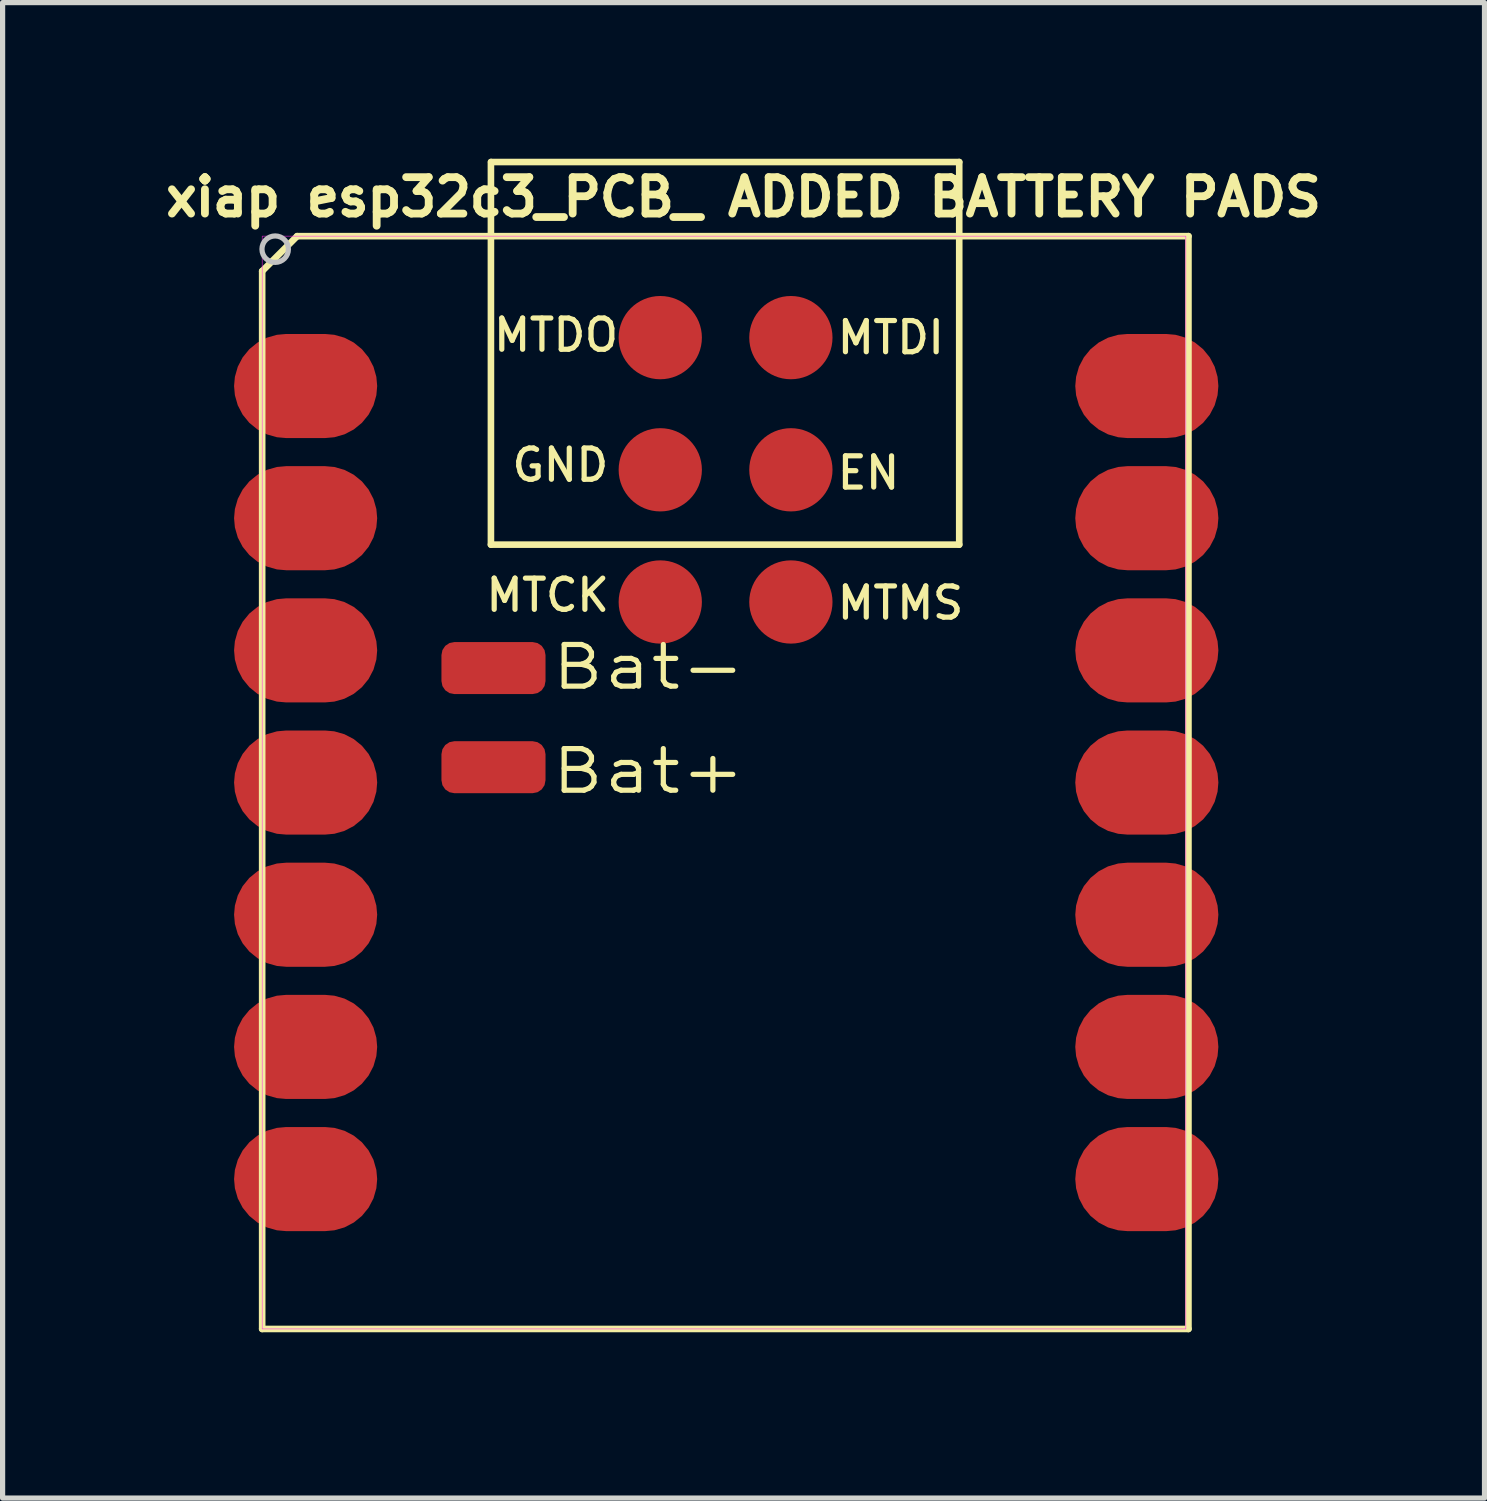
<source format=kicad_pcb>
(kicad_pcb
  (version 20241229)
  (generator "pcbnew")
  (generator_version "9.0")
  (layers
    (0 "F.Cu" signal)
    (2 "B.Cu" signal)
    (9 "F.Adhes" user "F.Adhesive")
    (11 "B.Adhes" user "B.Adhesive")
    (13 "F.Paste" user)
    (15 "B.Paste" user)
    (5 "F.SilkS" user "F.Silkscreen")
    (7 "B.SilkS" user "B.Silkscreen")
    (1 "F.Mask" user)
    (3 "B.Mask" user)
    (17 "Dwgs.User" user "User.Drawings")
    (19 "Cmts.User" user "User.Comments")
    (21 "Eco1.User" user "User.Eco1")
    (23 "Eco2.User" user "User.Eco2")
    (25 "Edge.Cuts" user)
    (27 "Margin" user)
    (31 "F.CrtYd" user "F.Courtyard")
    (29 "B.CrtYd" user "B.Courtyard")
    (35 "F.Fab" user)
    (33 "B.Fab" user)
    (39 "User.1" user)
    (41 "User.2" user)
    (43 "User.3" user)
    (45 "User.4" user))
  (footprint "xiap esp32c3_PCB_ ADDED BATTERY PADS"
    (layer "F.Cu")
    (at 1.988 22.488)
    (property "Reference" "xiap esp32c3_PCB_ ADDED BATTERY PADS" (at 9.25 -21.75 0) (layer "F.SilkS") (effects (font (size 0.7 0.7) (thickness 0.15))))
    (attr through_hole)
    (fp_line (start 0 -20.328) (end 0 0) (stroke (width 0.127) (type solid)) (layer "F.SilkS"))
    (fp_line (start 0 0) (end 17.8 0) (stroke (width 0.127) (type solid)) (layer "F.SilkS"))
    (fp_line (start 0.672 -21) (end 0 -20.328) (stroke (width 0.127) (type solid)) (layer "F.SilkS"))
    (fp_line (start 4.396 -15.072) (end 4.396 -22.425) (stroke (width 0.127) (type solid)) (layer "F.SilkS"))
    (fp_line (start 4.4 -22.424) (end 13.395 -22.424) (stroke (width 0.127) (type solid)) (layer "F.SilkS"))
    (fp_line (start 13.395 -22.424) (end 13.395 -15.072) (stroke (width 0.127) (type solid)) (layer "F.SilkS"))
    (fp_line (start 13.395 -15.072) (end 4.396 -15.072) (stroke (width 0.127) (type solid)) (layer "F.SilkS"))
    (fp_line (start 17.8 -21) (end 0.672 -21) (stroke (width 0.127) (type solid)) (layer "F.SilkS"))
    (fp_line (start 17.8 0) (end 17.8 -21) (stroke (width 0.127) (type solid)) (layer "F.SilkS"))
    (fp_circle (center 0.25 -20.75) (end 0.504 -20.75) (stroke (width 0.1) (type solid)) (fill no) (layer "Dwgs.User"))
    (fp_poly (pts (xy 0 -21) (xy 17.75 -21) (xy 17.75 0) (xy 0 0)) (stroke (width 0.01) (type solid)) (fill no) (layer "F.CrtYd"))
    (fp_text user "MTDO" (at 4.396 -18.748 0) (unlocked yes) (layer "F.SilkS") (effects (font (size 0.6 0.6) (thickness 0.1)) (justify left bottom)))
    (fp_text user "GND" (at 4.75 -16.25 0) (unlocked yes) (layer "F.SilkS") (effects (font (size 0.6 0.6) (thickness 0.1)) (justify left bottom)))
    (fp_text user "EN" (at 11 -16.1 0) (unlocked yes) (layer "F.SilkS") (effects (font (size 0.6 0.6) (thickness 0.1)) (justify left bottom)))
    (fp_text user "MTMS" (at 11 -13.6 0) (unlocked yes) (layer "F.SilkS") (effects (font (size 0.6 0.6) (thickness 0.1)) (justify left bottom)))
    (fp_text user "Bat+" (at 5.5 -10.25 0) (unlocked yes) (layer "F.SilkS") (effects (font (size 0.8 1) (thickness 0.1)) (justify left bottom)))
    (fp_text user "MTCK" (at 4.25 -13.75 0) (unlocked yes) (layer "F.SilkS") (effects (font (size 0.6 0.6) (thickness 0.1)) (justify left bottom)))
    (fp_text user "MTDI" (at 11 -18.7 0) (unlocked yes) (layer "F.SilkS") (effects (font (size 0.6 0.6) (thickness 0.1)) (justify left bottom)))
    (fp_text user "Bat-" (at 5.5 -12.25 0) (unlocked yes) (layer "F.SilkS") (effects (font (size 0.8 1) (thickness 0.1)) (justify left bottom)))
    (pad "1" smd roundrect (at 0.835 -18.12) (size 2.75 2) (layers "F.Cu" "F.Mask" "F.Paste") (roundrect_rratio 0.5))
    (pad "2" smd roundrect (at 0.835 -15.58) (size 2.75 2) (layers "F.Cu" "F.Mask" "F.Paste") (roundrect_rratio 0.5))
    (pad "3" smd roundrect (at 0.835 -13.04) (size 2.75 2) (layers "F.Cu" "F.Mask" "F.Paste") (roundrect_rratio 0.5))
    (pad "4" smd roundrect (at 0.835 -10.5) (size 2.75 2) (layers "F.Cu" "F.Mask" "F.Paste") (roundrect_rratio 0.5))
    (pad "5" smd roundrect (at 0.835 -7.96) (size 2.75 2) (layers "F.Cu" "F.Mask" "F.Paste") (roundrect_rratio 0.5))
    (pad "6" smd roundrect (at 0.835 -5.42) (size 2.75 2) (layers "F.Cu" "F.Mask" "F.Paste") (roundrect_rratio 0.5))
    (pad "7" smd roundrect (at 0.835 -2.88) (size 2.75 2) (layers "F.Cu" "F.Mask" "F.Paste") (roundrect_rratio 0.5))
    (pad "8" smd roundrect (at 17 -2.88) (size 2.75 2) (layers "F.Cu" "F.Mask" "F.Paste") (roundrect_rratio 0.5))
    (pad "9" smd roundrect (at 17 -5.42) (size 2.75 2) (layers "F.Cu" "F.Mask" "F.Paste") (roundrect_rratio 0.5))
    (pad "10" smd roundrect (at 17 -7.96) (size 2.75 2) (layers "F.Cu" "F.Mask" "F.Paste") (roundrect_rratio 0.5))
    (pad "11" smd roundrect (at 17 -10.5) (size 2.75 2) (layers "F.Cu" "F.Mask" "F.Paste") (roundrect_rratio 0.5))
    (pad "12" smd roundrect (at 17 -13.04) (size 2.75 2) (layers "F.Cu" "F.Mask" "F.Paste") (roundrect_rratio 0.5))
    (pad "13" smd roundrect (at 17 -15.58) (size 2.75 2) (layers "F.Cu" "F.Mask" "F.Paste") (roundrect_rratio 0.5))
    (pad "14" smd roundrect (at 17 -18.12) (size 2.75 2) (layers "F.Cu" "F.Mask" "F.Paste") (roundrect_rratio 0.5))
    (pad "16" smd roundrect (at 4.445 -10.795) (size 2 1) (layers "F.Cu" "F.Mask" "F.Paste") (roundrect_rratio 0.25))
    (pad "17" smd roundrect (at 4.445 -12.7) (size 2 1) (layers "F.Cu" "F.Mask" "F.Paste") (roundrect_rratio 0.25))
    (pad "18" smd circle (at 7.65 -13.97) (size 1.6 1.6) (layers "F.Cu" "F.Mask" "F.Paste"))
    (pad "19" smd circle (at 10.16 -13.97) (size 1.6 1.6) (layers "F.Cu" "F.Mask" "F.Paste"))
    (pad "20" smd circle (at 7.65 -16.51) (size 1.6 1.6) (layers "F.Cu" "F.Mask" "F.Paste"))
    (pad "21" smd circle (at 10.16 -16.51) (size 1.6 1.6) (layers "F.Cu" "F.Mask" "F.Paste"))
    (pad "22" smd circle (at 7.65 -19.05) (size 1.6 1.6) (layers "F.Cu" "F.Mask" "F.Paste"))
    (pad "23" smd circle (at 10.16 -19.05) (size 1.6 1.6) (layers "F.Cu" "F.Mask" "F.Paste"))
    (zone (net_name "") (layer "F.Cu") (hatch full 0.508) (connect_pads) (min_thickness 0.01) (filled_areas_thickness no) (keepout (tracks not_allowed) (vias not_allowed) (pads not_allowed) (copperpour not_allowed) (footprints allowed)) (placement (enabled no)) (fill) (polygon (pts (xy 5.671 1.407) (xy 7.449 1.407) (xy 7.449 4.074) (xy 5.671 4.074))))
    (zone (net_name "") (layer "F.Cu") (hatch full 0.508) (connect_pads) (min_thickness 0.01) (filled_areas_thickness no) (keepout (tracks not_allowed) (vias not_allowed) (pads not_allowed) (copperpour not_allowed) (footprints allowed)) (placement (enabled no)) (fill) (polygon (pts (xy 5.671 5.471) (xy 7.449 5.471) (xy 7.449 8.137) (xy 5.671 8.137))))
    (zone (net_name "") (layer "F.Cu") (hatch full 0.508) (connect_pads) (min_thickness 0.01) (filled_areas_thickness no) (keepout (tracks not_allowed) (vias not_allowed) (pads not_allowed) (copperpour not_allowed) (footprints allowed)) (placement (enabled no)) (fill) (polygon (pts (xy 8.338 19.314) (xy 14.053 19.314) (xy 14.053 21.854) (xy 8.338 21.854))))
    (zone (net_name "") (layer "F.Cu") (hatch full 0.508) (connect_pads) (min_thickness 0.01) (filled_areas_thickness no) (keepout (tracks not_allowed) (vias not_allowed) (pads not_allowed) (copperpour not_allowed) (footprints allowed)) (placement (enabled no)) (fill) (polygon (pts (xy 11.767 11.185) (xy 14.815 11.185) (xy 14.815 14.233) (xy 11.767 14.233))))
    (zone (net_name "") (layer "F.Cu") (hatch full 0.508) (connect_pads) (min_thickness 0.01) (filled_areas_thickness no) (keepout (tracks not_allowed) (vias not_allowed) (pads not_allowed) (copperpour not_allowed) (footprints allowed)) (placement (enabled no)) (fill) (polygon (pts (xy 14.307 1.407) (xy 16.085 1.407) (xy 16.085 4.074) (xy 14.307 4.074))))
    (zone (net_name "") (layer "F.Cu") (hatch full 0.508) (connect_pads) (min_thickness 0.01) (filled_areas_thickness no) (keepout (tracks not_allowed) (vias not_allowed) (pads not_allowed) (copperpour not_allowed) (footprints allowed)) (placement (enabled no)) (fill) (polygon (pts (xy 14.307 5.471) (xy 16.085 5.471) (xy 16.085 8.137) (xy 14.307 8.137)))))
  (gr_rect
    (start -3 -3)
    (end 25.477 25.738)
    (stroke (width 0.1) (type default))
    (fill no)
    (layer "Edge.Cuts")))
</source>
